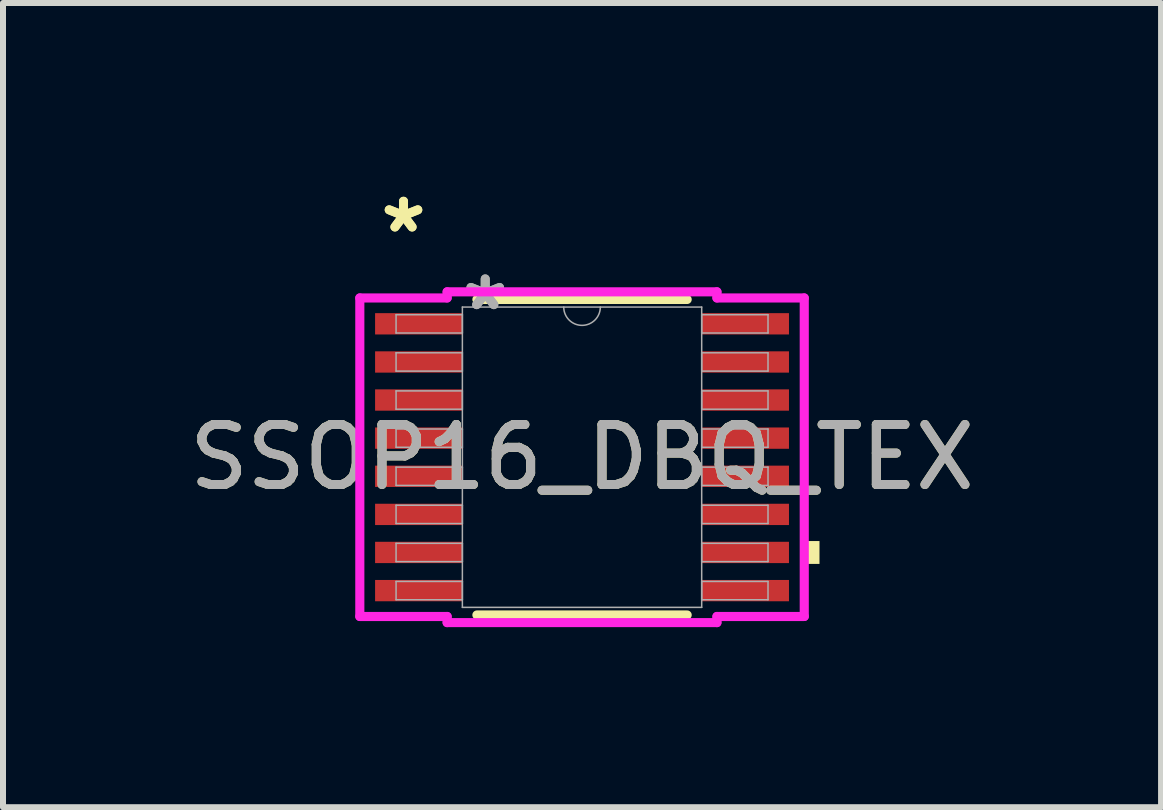
<source format=kicad_pcb>
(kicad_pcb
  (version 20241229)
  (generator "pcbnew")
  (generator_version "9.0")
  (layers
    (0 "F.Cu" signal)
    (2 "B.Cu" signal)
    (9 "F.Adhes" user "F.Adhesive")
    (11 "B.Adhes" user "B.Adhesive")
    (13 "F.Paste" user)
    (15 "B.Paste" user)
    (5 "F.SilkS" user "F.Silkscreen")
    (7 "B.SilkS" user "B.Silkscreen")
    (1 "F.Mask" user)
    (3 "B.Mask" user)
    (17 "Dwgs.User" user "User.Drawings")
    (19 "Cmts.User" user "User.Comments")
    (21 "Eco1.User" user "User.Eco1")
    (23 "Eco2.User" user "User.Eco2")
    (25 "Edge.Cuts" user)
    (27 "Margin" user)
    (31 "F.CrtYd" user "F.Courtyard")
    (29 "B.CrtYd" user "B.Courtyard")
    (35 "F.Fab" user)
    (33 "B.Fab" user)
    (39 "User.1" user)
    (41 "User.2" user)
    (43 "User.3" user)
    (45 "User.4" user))
  (footprint "SSOP16_DBQ_TEX"
    (layer "F.Cu")
    (at 6.649 4.569)
    (property "Reference" "SSOP16_DBQ_TEX" (at 0 0 0) (unlocked yes) (layer "F.SilkS") (effects (font (size 1 1) (thickness 0.15))))
    (attr smd)
    (fp_line (start -1.752 2.629) (end 1.752 2.629) (stroke (width 0.152) (type solid)) (layer "F.SilkS"))
    (fp_line (start 1.752 -2.629) (end -1.752 -2.629) (stroke (width 0.152) (type solid)) (layer "F.SilkS"))
    (fp_poly (pts (xy 3.957 1.397) (xy 3.957 1.778) (xy 3.703 1.778) (xy 3.703 1.397)) (stroke (width 0) (type solid)) (fill yes) (layer "F.SilkS"))
    (fp_line (start -3.703 -2.654) (end -2.248 -2.654) (stroke (width 0.152) (type solid)) (layer "F.CrtYd"))
    (fp_line (start -3.703 2.654) (end -3.703 -2.654) (stroke (width 0.152) (type solid)) (layer "F.CrtYd"))
    (fp_line (start -3.703 2.654) (end -2.248 2.654) (stroke (width 0.152) (type solid)) (layer "F.CrtYd"))
    (fp_line (start -2.248 -2.756) (end 2.248 -2.756) (stroke (width 0.152) (type solid)) (layer "F.CrtYd"))
    (fp_line (start -2.248 -2.654) (end -2.248 -2.756) (stroke (width 0.152) (type solid)) (layer "F.CrtYd"))
    (fp_line (start -2.248 2.756) (end -2.248 2.654) (stroke (width 0.152) (type solid)) (layer "F.CrtYd"))
    (fp_line (start 2.248 -2.756) (end 2.248 -2.654) (stroke (width 0.152) (type solid)) (layer "F.CrtYd"))
    (fp_line (start 2.248 2.654) (end 2.248 2.756) (stroke (width 0.152) (type solid)) (layer "F.CrtYd"))
    (fp_line (start 2.248 2.756) (end -2.248 2.756) (stroke (width 0.152) (type solid)) (layer "F.CrtYd"))
    (fp_line (start 3.703 -2.654) (end 2.248 -2.654) (stroke (width 0.152) (type solid)) (layer "F.CrtYd"))
    (fp_line (start 3.703 -2.654) (end 3.703 2.654) (stroke (width 0.152) (type solid)) (layer "F.CrtYd"))
    (fp_line (start 3.703 2.654) (end 2.248 2.654) (stroke (width 0.152) (type solid)) (layer "F.CrtYd"))
    (fp_line (start -3.099 -2.375) (end -3.099 -2.07) (stroke (width 0.025) (type solid)) (layer "F.Fab"))
    (fp_line (start -3.099 -2.07) (end -1.994 -2.07) (stroke (width 0.025) (type solid)) (layer "F.Fab"))
    (fp_line (start -3.099 -1.74) (end -3.099 -1.435) (stroke (width 0.025) (type solid)) (layer "F.Fab"))
    (fp_line (start -3.099 -1.435) (end -1.994 -1.435) (stroke (width 0.025) (type solid)) (layer "F.Fab"))
    (fp_line (start -3.099 -1.105) (end -3.099 -0.8) (stroke (width 0.025) (type solid)) (layer "F.Fab"))
    (fp_line (start -3.099 -0.8) (end -1.994 -0.8) (stroke (width 0.025) (type solid)) (layer "F.Fab"))
    (fp_line (start -3.099 -0.47) (end -3.099 -0.165) (stroke (width 0.025) (type solid)) (layer "F.Fab"))
    (fp_line (start -3.099 -0.165) (end -1.994 -0.165) (stroke (width 0.025) (type solid)) (layer "F.Fab"))
    (fp_line (start -3.099 0.165) (end -3.099 0.47) (stroke (width 0.025) (type solid)) (layer "F.Fab"))
    (fp_line (start -3.099 0.47) (end -1.994 0.47) (stroke (width 0.025) (type solid)) (layer "F.Fab"))
    (fp_line (start -3.099 0.8) (end -3.099 1.105) (stroke (width 0.025) (type solid)) (layer "F.Fab"))
    (fp_line (start -3.099 1.105) (end -1.994 1.105) (stroke (width 0.025) (type solid)) (layer "F.Fab"))
    (fp_line (start -3.099 1.435) (end -3.099 1.74) (stroke (width 0.025) (type solid)) (layer "F.Fab"))
    (fp_line (start -3.099 1.74) (end -1.994 1.74) (stroke (width 0.025) (type solid)) (layer "F.Fab"))
    (fp_line (start -3.099 2.07) (end -3.099 2.375) (stroke (width 0.025) (type solid)) (layer "F.Fab"))
    (fp_line (start -3.099 2.375) (end -1.994 2.375) (stroke (width 0.025) (type solid)) (layer "F.Fab"))
    (fp_line (start -1.994 -2.502) (end -1.994 2.502) (stroke (width 0.025) (type solid)) (layer "F.Fab"))
    (fp_line (start -1.994 -2.375) (end -3.099 -2.375) (stroke (width 0.025) (type solid)) (layer "F.Fab"))
    (fp_line (start -1.994 -2.07) (end -1.994 -2.375) (stroke (width 0.025) (type solid)) (layer "F.Fab"))
    (fp_line (start -1.994 -1.74) (end -3.099 -1.74) (stroke (width 0.025) (type solid)) (layer "F.Fab"))
    (fp_line (start -1.994 -1.435) (end -1.994 -1.74) (stroke (width 0.025) (type solid)) (layer "F.Fab"))
    (fp_line (start -1.994 -1.105) (end -3.099 -1.105) (stroke (width 0.025) (type solid)) (layer "F.Fab"))
    (fp_line (start -1.994 -0.8) (end -1.994 -1.105) (stroke (width 0.025) (type solid)) (layer "F.Fab"))
    (fp_line (start -1.994 -0.47) (end -3.099 -0.47) (stroke (width 0.025) (type solid)) (layer "F.Fab"))
    (fp_line (start -1.994 -0.165) (end -1.994 -0.47) (stroke (width 0.025) (type solid)) (layer "F.Fab"))
    (fp_line (start -1.994 0.165) (end -3.099 0.165) (stroke (width 0.025) (type solid)) (layer "F.Fab"))
    (fp_line (start -1.994 0.47) (end -1.994 0.165) (stroke (width 0.025) (type solid)) (layer "F.Fab"))
    (fp_line (start -1.994 0.8) (end -3.099 0.8) (stroke (width 0.025) (type solid)) (layer "F.Fab"))
    (fp_line (start -1.994 1.105) (end -1.994 0.8) (stroke (width 0.025) (type solid)) (layer "F.Fab"))
    (fp_line (start -1.994 1.435) (end -3.099 1.435) (stroke (width 0.025) (type solid)) (layer "F.Fab"))
    (fp_line (start -1.994 1.74) (end -1.994 1.435) (stroke (width 0.025) (type solid)) (layer "F.Fab"))
    (fp_line (start -1.994 2.07) (end -3.099 2.07) (stroke (width 0.025) (type solid)) (layer "F.Fab"))
    (fp_line (start -1.994 2.375) (end -1.994 2.07) (stroke (width 0.025) (type solid)) (layer "F.Fab"))
    (fp_line (start -1.994 2.502) (end 1.994 2.502) (stroke (width 0.025) (type solid)) (layer "F.Fab"))
    (fp_line (start 1.994 -2.502) (end -1.994 -2.502) (stroke (width 0.025) (type solid)) (layer "F.Fab"))
    (fp_line (start 1.994 -2.375) (end 1.994 -2.07) (stroke (width 0.025) (type solid)) (layer "F.Fab"))
    (fp_line (start 1.994 -2.07) (end 3.099 -2.07) (stroke (width 0.025) (type solid)) (layer "F.Fab"))
    (fp_line (start 1.994 -1.74) (end 1.994 -1.435) (stroke (width 0.025) (type solid)) (layer "F.Fab"))
    (fp_line (start 1.994 -1.435) (end 3.099 -1.435) (stroke (width 0.025) (type solid)) (layer "F.Fab"))
    (fp_line (start 1.994 -1.105) (end 1.994 -0.8) (stroke (width 0.025) (type solid)) (layer "F.Fab"))
    (fp_line (start 1.994 -0.8) (end 3.099 -0.8) (stroke (width 0.025) (type solid)) (layer "F.Fab"))
    (fp_line (start 1.994 -0.47) (end 1.994 -0.165) (stroke (width 0.025) (type solid)) (layer "F.Fab"))
    (fp_line (start 1.994 -0.165) (end 3.099 -0.165) (stroke (width 0.025) (type solid)) (layer "F.Fab"))
    (fp_line (start 1.994 0.165) (end 1.994 0.47) (stroke (width 0.025) (type solid)) (layer "F.Fab"))
    (fp_line (start 1.994 0.47) (end 3.099 0.47) (stroke (width 0.025) (type solid)) (layer "F.Fab"))
    (fp_line (start 1.994 0.8) (end 1.994 1.105) (stroke (width 0.025) (type solid)) (layer "F.Fab"))
    (fp_line (start 1.994 1.105) (end 3.099 1.105) (stroke (width 0.025) (type solid)) (layer "F.Fab"))
    (fp_line (start 1.994 1.435) (end 1.994 1.74) (stroke (width 0.025) (type solid)) (layer "F.Fab"))
    (fp_line (start 1.994 1.74) (end 3.099 1.74) (stroke (width 0.025) (type solid)) (layer "F.Fab"))
    (fp_line (start 1.994 2.07) (end 1.994 2.375) (stroke (width 0.025) (type solid)) (layer "F.Fab"))
    (fp_line (start 1.994 2.375) (end 3.099 2.375) (stroke (width 0.025) (type solid)) (layer "F.Fab"))
    (fp_line (start 1.994 2.502) (end 1.994 -2.502) (stroke (width 0.025) (type solid)) (layer "F.Fab"))
    (fp_line (start 3.099 -2.375) (end 1.994 -2.375) (stroke (width 0.025) (type solid)) (layer "F.Fab"))
    (fp_line (start 3.099 -2.07) (end 3.099 -2.375) (stroke (width 0.025) (type solid)) (layer "F.Fab"))
    (fp_line (start 3.099 -1.74) (end 1.994 -1.74) (stroke (width 0.025) (type solid)) (layer "F.Fab"))
    (fp_line (start 3.099 -1.435) (end 3.099 -1.74) (stroke (width 0.025) (type solid)) (layer "F.Fab"))
    (fp_line (start 3.099 -1.105) (end 1.994 -1.105) (stroke (width 0.025) (type solid)) (layer "F.Fab"))
    (fp_line (start 3.099 -0.8) (end 3.099 -1.105) (stroke (width 0.025) (type solid)) (layer "F.Fab"))
    (fp_line (start 3.099 -0.47) (end 1.994 -0.47) (stroke (width 0.025) (type solid)) (layer "F.Fab"))
    (fp_line (start 3.099 -0.165) (end 3.099 -0.47) (stroke (width 0.025) (type solid)) (layer "F.Fab"))
    (fp_line (start 3.099 0.165) (end 1.994 0.165) (stroke (width 0.025) (type solid)) (layer "F.Fab"))
    (fp_line (start 3.099 0.47) (end 3.099 0.165) (stroke (width 0.025) (type solid)) (layer "F.Fab"))
    (fp_line (start 3.099 0.8) (end 1.994 0.8) (stroke (width 0.025) (type solid)) (layer "F.Fab"))
    (fp_line (start 3.099 1.105) (end 3.099 0.8) (stroke (width 0.025) (type solid)) (layer "F.Fab"))
    (fp_line (start 3.099 1.435) (end 1.994 1.435) (stroke (width 0.025) (type solid)) (layer "F.Fab"))
    (fp_line (start 3.099 1.74) (end 3.099 1.435) (stroke (width 0.025) (type solid)) (layer "F.Fab"))
    (fp_line (start 3.099 2.07) (end 1.994 2.07) (stroke (width 0.025) (type solid)) (layer "F.Fab"))
    (fp_line (start 3.099 2.375) (end 3.099 2.07) (stroke (width 0.025) (type solid)) (layer "F.Fab"))
    (fp_arc (start 0.3048 -2.5019) (mid 0 -2.1971) (end -0.3048 -2.5019) (stroke (width 0.0254) (type solid)) (layer "F.Fab"))
    (fp_text user "*" (at -2.975 -3.72 0) (unlocked yes) (layer "F.SilkS") (effects (font (size 1 1) (thickness 0.15))))
    (fp_text user "*" (at -2.975 -3.72 0) (layer "F.SilkS") (effects (font (size 1 1) (thickness 0.15))))
    (fp_text user "*" (at -1.613 -2.426 0) (unlocked yes) (layer "F.Fab") (effects (font (size 1 1) (thickness 0.15))))
    (fp_text user "${REFERENCE}" (at 0 0 0) (unlocked yes) (layer "F.Fab") (effects (font (size 1 1) (thickness 0.15))))
    (fp_text user "*" (at -1.613 -2.426 0) (layer "F.Fab") (effects (font (size 1 1) (thickness 0.15))))
    (pad "1" smd rect (at -2.721 -2.223) (size 1.455 0.355) (layers "F.Cu" "F.Mask" "F.Paste"))
    (pad "2" smd rect (at -2.721 -1.587) (size 1.455 0.355) (layers "F.Cu" "F.Mask" "F.Paste"))
    (pad "3" smd rect (at -2.721 -0.953) (size 1.455 0.355) (layers "F.Cu" "F.Mask" "F.Paste"))
    (pad "4" smd rect (at -2.721 -0.318) (size 1.455 0.355) (layers "F.Cu" "F.Mask" "F.Paste"))
    (pad "5" smd rect (at -2.721 0.318) (size 1.455 0.355) (layers "F.Cu" "F.Mask" "F.Paste"))
    (pad "6" smd rect (at -2.721 0.953) (size 1.455 0.355) (layers "F.Cu" "F.Mask" "F.Paste"))
    (pad "7" smd rect (at -2.721 1.587) (size 1.455 0.355) (layers "F.Cu" "F.Mask" "F.Paste"))
    (pad "8" smd rect (at -2.721 2.223) (size 1.455 0.355) (layers "F.Cu" "F.Mask" "F.Paste"))
    (pad "9" smd rect (at 2.721 2.223) (size 1.455 0.355) (layers "F.Cu" "F.Mask" "F.Paste"))
    (pad "10" smd rect (at 2.721 1.587) (size 1.455 0.355) (layers "F.Cu" "F.Mask" "F.Paste"))
    (pad "11" smd rect (at 2.721 0.953) (size 1.455 0.355) (layers "F.Cu" "F.Mask" "F.Paste"))
    (pad "12" smd rect (at 2.721 0.318) (size 1.455 0.355) (layers "F.Cu" "F.Mask" "F.Paste"))
    (pad "13" smd rect (at 2.721 -0.318) (size 1.455 0.355) (layers "F.Cu" "F.Mask" "F.Paste"))
    (pad "14" smd rect (at 2.721 -0.953) (size 1.455 0.355) (layers "F.Cu" "F.Mask" "F.Paste"))
    (pad "15" smd rect (at 2.721 -1.587) (size 1.455 0.355) (layers "F.Cu" "F.Mask" "F.Paste"))
    (pad "16" smd rect (at 2.721 -2.223) (size 1.455 0.355) (layers "F.Cu" "F.Mask" "F.Paste")))
  (gr_rect
    (start -3 -3)
    (end 16.298 10.401)
    (stroke (width 0.1) (type default))
    (fill no)
    (layer "Edge.Cuts")))
</source>
